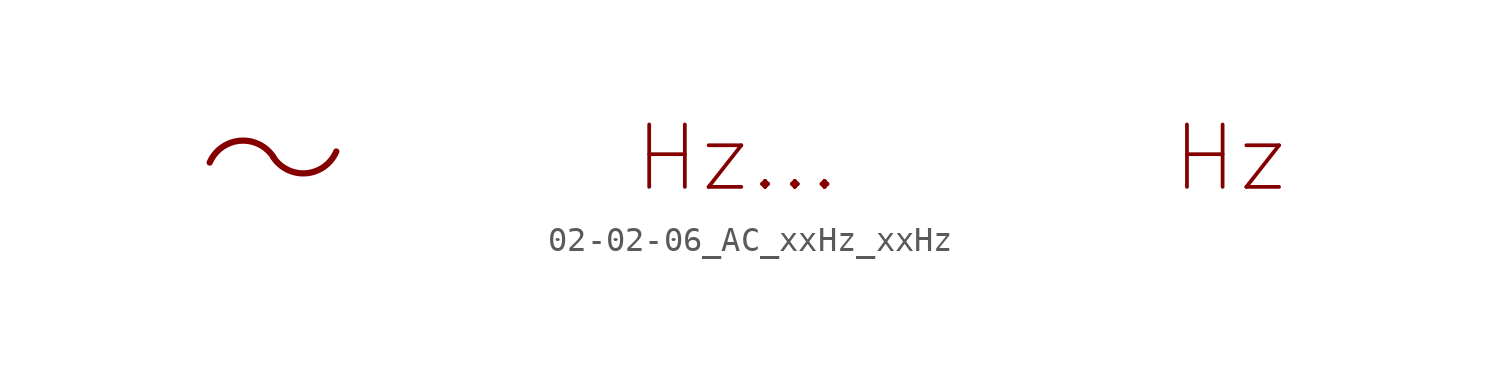
<source format=kicad_sym>
(kicad_symbol_lib
  (version 20200827)
  (generator kicad_symbol_editor)
  (symbol "Symbol_IEC_60617-2:02-02-06_AC_xxHz_xxHz"
    (pin_numbers hide)
    (pin_names
      (offset 0) hide)
    (property "Reference" "#SYM"
      (at 0 5.08 0)
      (effects (font (size 1.27 1.27)) hide))
    (symbol "02-02-06_AC_xxHz_xxHz_1_1"
      (arc (start -0.0617 0.052) (end -2.6525 -0.1766) (radius (at -1.2954 -0.762) (length 1.478) (angles 33.4 156.7)) (stroke (width 0.254)) (fill (type none)))
      (arc (start 2.5008 0.2732) (end -0.0646 0.0446) (radius (at 1.1575 0.8394) (length 1.4578) (angles -22.9 -147)) (stroke (width 0.254)) (fill (type none))))
    (symbol "02-02-06_AC_xxHz_xxHz_0_0"
      (text "Hz...       Hz" (at 27.94 0 0) (effects (font (size 2.54 2.54)))))))
</source>
